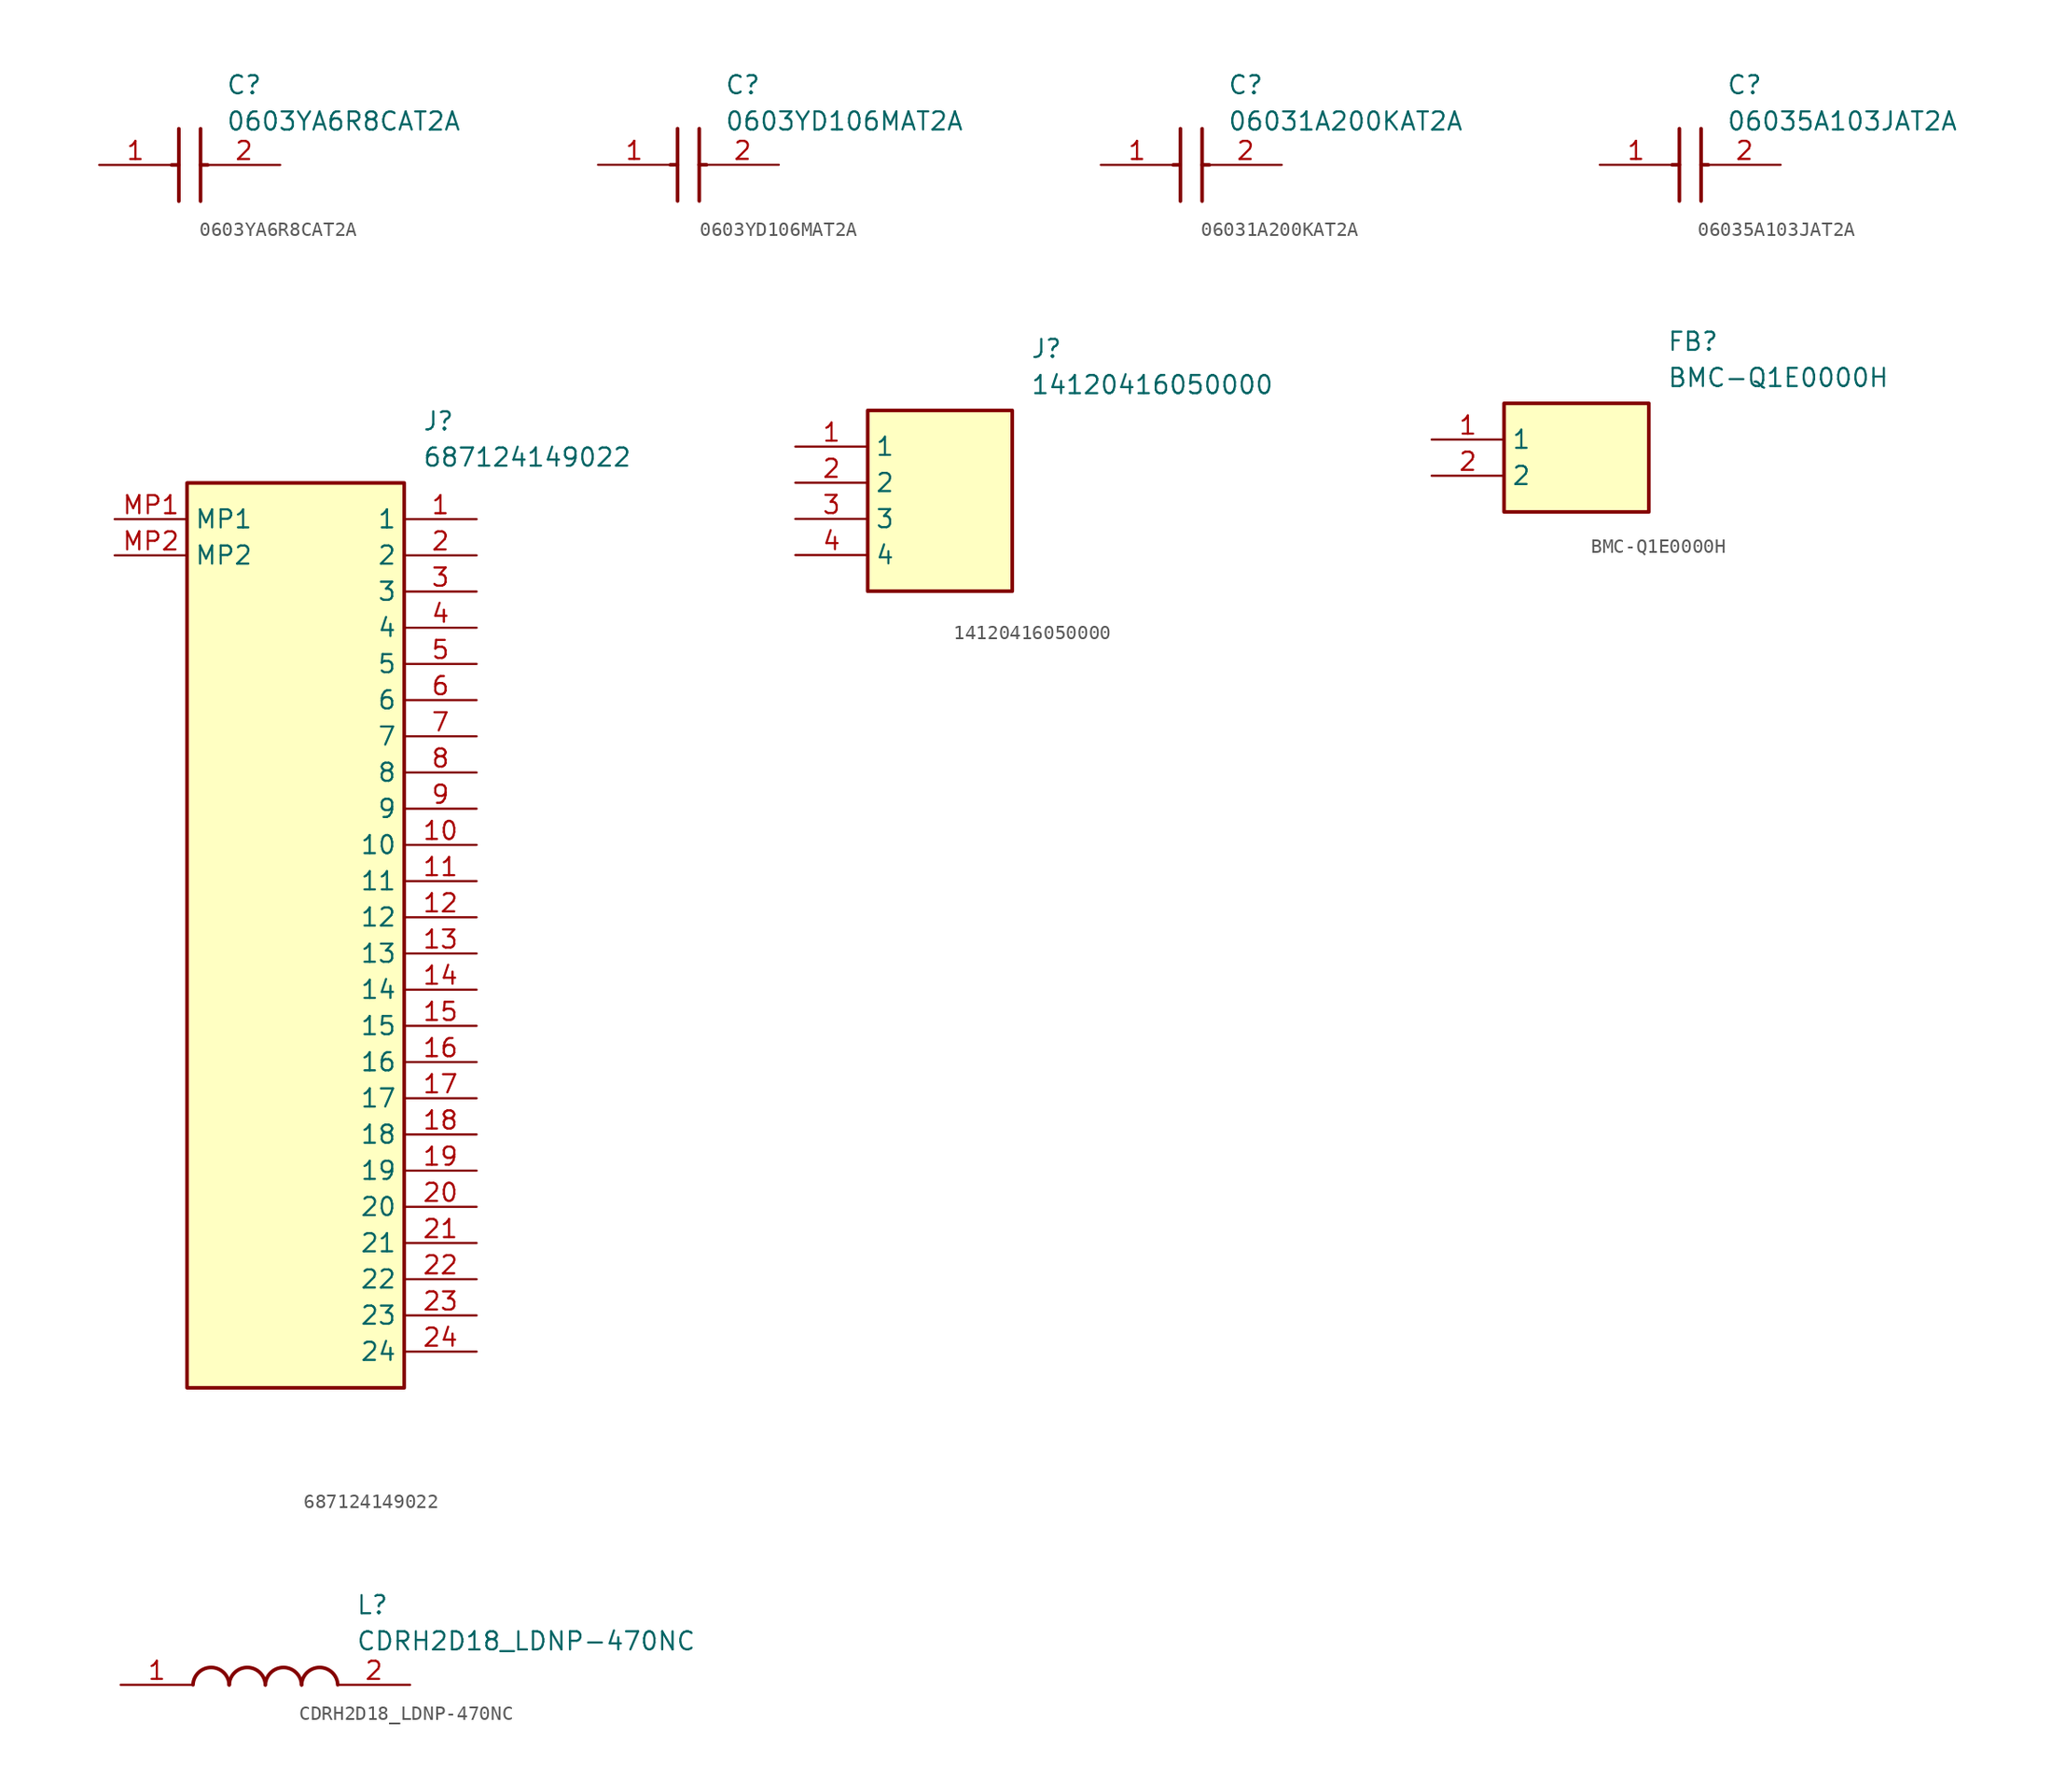
<source format=kicad_sym>
(kicad_symbol_lib
  (version 20220914)
  (generator SamacSys_ECAD_Model)
  (symbol "0603YA6R8CAT2A"
    (pin_names hide)
    (property "Reference" "C"
      (at 8.89 6.35 0)
      (effects (font (size 1.27 1.27)) (justify left top)))
    (property "Value" "0603YA6R8CAT2A"
      (at 8.89 3.81 0)
      (effects (font (size 1.27 1.27)) (justify left top)))
    (polyline
      (pts (xy 5.588 2.54) (xy 5.588 -2.54))
      (stroke (width 0.254) (type default))
      (fill (type none)))
    (polyline
      (pts (xy 7.112 2.54) (xy 7.112 -2.54))
      (stroke (width 0.254) (type default))
      (fill (type none)))
    (polyline
      (pts (xy 5.08 0) (xy 5.588 0))
      (stroke (width 0.254) (type default))
      (fill (type none)))
    (polyline
      (pts (xy 7.112 0) (xy 7.62 0))
      (stroke (width 0.254) (type default))
      (fill (type none)))
    (pin passive line
      (at 0 0 0)
      (length 5.08)
      (name "1" (effects (font (size 1.27 1.27))))
      (number "1" (effects (font (size 1.27 1.27)))))
    (pin passive line
      (at 12.7 0 180)
      (length 5.08)
      (name "2" (effects (font (size 1.27 1.27))))
      (number "2" (effects (font (size 1.27 1.27))))))
  (symbol "0603YD106MAT2A"
    (pin_names hide)
    (property "Reference" "C"
      (at 8.89 6.35 0)
      (effects (font (size 1.27 1.27)) (justify left top)))
    (property "Value" "0603YD106MAT2A"
      (at 8.89 3.81 0)
      (effects (font (size 1.27 1.27)) (justify left top)))
    (polyline
      (pts (xy 5.588 2.54) (xy 5.588 -2.54))
      (stroke (width 0.254) (type default))
      (fill (type none)))
    (polyline
      (pts (xy 7.112 2.54) (xy 7.112 -2.54))
      (stroke (width 0.254) (type default))
      (fill (type none)))
    (polyline
      (pts (xy 5.08 0) (xy 5.588 0))
      (stroke (width 0.254) (type default))
      (fill (type none)))
    (polyline
      (pts (xy 7.112 0) (xy 7.62 0))
      (stroke (width 0.254) (type default))
      (fill (type none)))
    (pin passive line
      (at 0 0 0)
      (length 5.08)
      (name "1" (effects (font (size 1.27 1.27))))
      (number "1" (effects (font (size 1.27 1.27)))))
    (pin passive line
      (at 12.7 0 180)
      (length 5.08)
      (name "2" (effects (font (size 1.27 1.27))))
      (number "2" (effects (font (size 1.27 1.27))))))
  (symbol "06031A200KAT2A"
    (pin_names hide)
    (property "Reference" "C"
      (at 8.89 6.35 0)
      (effects (font (size 1.27 1.27)) (justify left top)))
    (property "Value" "06031A200KAT2A"
      (at 8.89 3.81 0)
      (effects (font (size 1.27 1.27)) (justify left top)))
    (polyline
      (pts (xy 5.588 2.54) (xy 5.588 -2.54))
      (stroke (width 0.254) (type default))
      (fill (type none)))
    (polyline
      (pts (xy 7.112 2.54) (xy 7.112 -2.54))
      (stroke (width 0.254) (type default))
      (fill (type none)))
    (polyline
      (pts (xy 5.08 0) (xy 5.588 0))
      (stroke (width 0.254) (type default))
      (fill (type none)))
    (polyline
      (pts (xy 7.112 0) (xy 7.62 0))
      (stroke (width 0.254) (type default))
      (fill (type none)))
    (pin passive line
      (at 0 0 0)
      (length 5.08)
      (name "1" (effects (font (size 1.27 1.27))))
      (number "1" (effects (font (size 1.27 1.27)))))
    (pin passive line
      (at 12.7 0 180)
      (length 5.08)
      (name "2" (effects (font (size 1.27 1.27))))
      (number "2" (effects (font (size 1.27 1.27))))))
  (symbol "06035A103JAT2A"
    (pin_names hide)
    (property "Reference" "C"
      (at 8.89 6.35 0)
      (effects (font (size 1.27 1.27)) (justify left top)))
    (property "Value" "06035A103JAT2A"
      (at 8.89 3.81 0)
      (effects (font (size 1.27 1.27)) (justify left top)))
    (polyline
      (pts (xy 5.588 2.54) (xy 5.588 -2.54))
      (stroke (width 0.254) (type default))
      (fill (type none)))
    (polyline
      (pts (xy 7.112 2.54) (xy 7.112 -2.54))
      (stroke (width 0.254) (type default))
      (fill (type none)))
    (polyline
      (pts (xy 5.08 0) (xy 5.588 0))
      (stroke (width 0.254) (type default))
      (fill (type none)))
    (polyline
      (pts (xy 7.112 0) (xy 7.62 0))
      (stroke (width 0.254) (type default))
      (fill (type none)))
    (pin passive line
      (at 0 0 0)
      (length 5.08)
      (name "1" (effects (font (size 1.27 1.27))))
      (number "1" (effects (font (size 1.27 1.27)))))
    (pin passive line
      (at 12.7 0 180)
      (length 5.08)
      (name "2" (effects (font (size 1.27 1.27))))
      (number "2" (effects (font (size 1.27 1.27))))))
  (symbol "687124149022"
    (property "Reference" "J"
      (at 21.59 7.62 0)
      (effects (font (size 1.27 1.27)) (justify left top)))
    (property "Value" "687124149022"
      (at 21.59 5.08 0)
      (effects (font (size 1.27 1.27)) (justify left top)))
    (rectangle
      (start 5.08 2.54)
      (end 20.32 -60.96)
      (stroke (width 0.254) (type default))
      (fill (type background)))
    (pin passive line
      (at 25.4 0 180)
      (length 5.08)
      (name "1" (effects (font (size 1.27 1.27))))
      (number "1" (effects (font (size 1.27 1.27)))))
    (pin passive line
      (at 25.4 -2.54 180)
      (length 5.08)
      (name "2" (effects (font (size 1.27 1.27))))
      (number "2" (effects (font (size 1.27 1.27)))))
    (pin passive line
      (at 25.4 -5.08 180)
      (length 5.08)
      (name "3" (effects (font (size 1.27 1.27))))
      (number "3" (effects (font (size 1.27 1.27)))))
    (pin passive line
      (at 25.4 -7.62 180)
      (length 5.08)
      (name "4" (effects (font (size 1.27 1.27))))
      (number "4" (effects (font (size 1.27 1.27)))))
    (pin passive line
      (at 25.4 -10.16 180)
      (length 5.08)
      (name "5" (effects (font (size 1.27 1.27))))
      (number "5" (effects (font (size 1.27 1.27)))))
    (pin passive line
      (at 25.4 -12.7 180)
      (length 5.08)
      (name "6" (effects (font (size 1.27 1.27))))
      (number "6" (effects (font (size 1.27 1.27)))))
    (pin passive line
      (at 25.4 -15.24 180)
      (length 5.08)
      (name "7" (effects (font (size 1.27 1.27))))
      (number "7" (effects (font (size 1.27 1.27)))))
    (pin passive line
      (at 25.4 -17.78 180)
      (length 5.08)
      (name "8" (effects (font (size 1.27 1.27))))
      (number "8" (effects (font (size 1.27 1.27)))))
    (pin passive line
      (at 25.4 -20.32 180)
      (length 5.08)
      (name "9" (effects (font (size 1.27 1.27))))
      (number "9" (effects (font (size 1.27 1.27)))))
    (pin passive line
      (at 25.4 -22.86 180)
      (length 5.08)
      (name "10" (effects (font (size 1.27 1.27))))
      (number "10" (effects (font (size 1.27 1.27)))))
    (pin passive line
      (at 25.4 -25.4 180)
      (length 5.08)
      (name "11" (effects (font (size 1.27 1.27))))
      (number "11" (effects (font (size 1.27 1.27)))))
    (pin passive line
      (at 25.4 -27.94 180)
      (length 5.08)
      (name "12" (effects (font (size 1.27 1.27))))
      (number "12" (effects (font (size 1.27 1.27)))))
    (pin passive line
      (at 25.4 -30.48 180)
      (length 5.08)
      (name "13" (effects (font (size 1.27 1.27))))
      (number "13" (effects (font (size 1.27 1.27)))))
    (pin passive line
      (at 25.4 -33.02 180)
      (length 5.08)
      (name "14" (effects (font (size 1.27 1.27))))
      (number "14" (effects (font (size 1.27 1.27)))))
    (pin passive line
      (at 25.4 -35.56 180)
      (length 5.08)
      (name "15" (effects (font (size 1.27 1.27))))
      (number "15" (effects (font (size 1.27 1.27)))))
    (pin passive line
      (at 25.4 -38.1 180)
      (length 5.08)
      (name "16" (effects (font (size 1.27 1.27))))
      (number "16" (effects (font (size 1.27 1.27)))))
    (pin passive line
      (at 25.4 -40.64 180)
      (length 5.08)
      (name "17" (effects (font (size 1.27 1.27))))
      (number "17" (effects (font (size 1.27 1.27)))))
    (pin passive line
      (at 25.4 -43.18 180)
      (length 5.08)
      (name "18" (effects (font (size 1.27 1.27))))
      (number "18" (effects (font (size 1.27 1.27)))))
    (pin passive line
      (at 25.4 -45.72 180)
      (length 5.08)
      (name "19" (effects (font (size 1.27 1.27))))
      (number "19" (effects (font (size 1.27 1.27)))))
    (pin passive line
      (at 25.4 -48.26 180)
      (length 5.08)
      (name "20" (effects (font (size 1.27 1.27))))
      (number "20" (effects (font (size 1.27 1.27)))))
    (pin passive line
      (at 25.4 -50.8 180)
      (length 5.08)
      (name "21" (effects (font (size 1.27 1.27))))
      (number "21" (effects (font (size 1.27 1.27)))))
    (pin passive line
      (at 25.4 -53.34 180)
      (length 5.08)
      (name "22" (effects (font (size 1.27 1.27))))
      (number "22" (effects (font (size 1.27 1.27)))))
    (pin passive line
      (at 25.4 -55.88 180)
      (length 5.08)
      (name "23" (effects (font (size 1.27 1.27))))
      (number "23" (effects (font (size 1.27 1.27)))))
    (pin passive line
      (at 25.4 -58.42 180)
      (length 5.08)
      (name "24" (effects (font (size 1.27 1.27))))
      (number "24" (effects (font (size 1.27 1.27)))))
    (pin passive line
      (at 0 0 0)
      (length 5.08)
      (name "MP1" (effects (font (size 1.27 1.27))))
      (number "MP1" (effects (font (size 1.27 1.27)))))
    (pin passive line
      (at 0 -2.54 0)
      (length 5.08)
      (name "MP2" (effects (font (size 1.27 1.27))))
      (number "MP2" (effects (font (size 1.27 1.27))))))
  (symbol "14120416050000"
    (property "Reference" "J"
      (at 16.51 7.62 0)
      (effects (font (size 1.27 1.27)) (justify left top)))
    (property "Value" "14120416050000"
      (at 16.51 5.08 0)
      (effects (font (size 1.27 1.27)) (justify left top)))
    (rectangle
      (start 5.08 2.54)
      (end 15.24 -10.16)
      (stroke (width 0.254) (type default))
      (fill (type background)))
    (pin passive line
      (at 0 0 0)
      (length 5.08)
      (name "1" (effects (font (size 1.27 1.27))))
      (number "1" (effects (font (size 1.27 1.27)))))
    (pin passive line
      (at 0 -2.54 0)
      (length 5.08)
      (name "2" (effects (font (size 1.27 1.27))))
      (number "2" (effects (font (size 1.27 1.27)))))
    (pin passive line
      (at 0 -5.08 0)
      (length 5.08)
      (name "3" (effects (font (size 1.27 1.27))))
      (number "3" (effects (font (size 1.27 1.27)))))
    (pin passive line
      (at 0 -7.62 0)
      (length 5.08)
      (name "4" (effects (font (size 1.27 1.27))))
      (number "4" (effects (font (size 1.27 1.27))))))
  (symbol "BMC-Q1E0000H"
    (property "Reference" "FB"
      (at 16.51 7.62 0)
      (effects (font (size 1.27 1.27)) (justify left top)))
    (property "Value" "BMC-Q1E0000H"
      (at 16.51 5.08 0)
      (effects (font (size 1.27 1.27)) (justify left top)))
    (rectangle
      (start 5.08 2.54)
      (end 15.24 -5.08)
      (stroke (width 0.254) (type default))
      (fill (type background)))
    (pin passive line
      (at 0 0 0)
      (length 5.08)
      (name "1" (effects (font (size 1.27 1.27))))
      (number "1" (effects (font (size 1.27 1.27)))))
    (pin passive line
      (at 0 -2.54 0)
      (length 5.08)
      (name "2" (effects (font (size 1.27 1.27))))
      (number "2" (effects (font (size 1.27 1.27))))))
  (symbol "CDRH2D18_LDNP-470NC"
    (pin_names hide)
    (property "Reference" "L"
      (at 16.51 6.35 0)
      (effects (font (size 1.27 1.27)) (justify left top)))
    (property "Value" "CDRH2D18_LDNP-470NC"
      (at 16.51 3.81 0)
      (effects (font (size 1.27 1.27)) (justify left top)))
    (arc
      (start 7.62 0)
      (mid 6.35 1.219)
      (end 5.08 0)
      (stroke (width 0.254) (type default))
      (fill (type none)))
    (arc
      (start 10.16 0)
      (mid 8.89 1.219)
      (end 7.62 0)
      (stroke (width 0.254) (type default))
      (fill (type none)))
    (arc
      (start 12.7 0)
      (mid 11.43 1.219)
      (end 10.16 0)
      (stroke (width 0.254) (type default))
      (fill (type none)))
    (arc
      (start 15.24 0)
      (mid 13.97 1.219)
      (end 12.7 0)
      (stroke (width 0.254) (type default))
      (fill (type none)))
    (pin passive line
      (at 0 0 0)
      (length 5.08)
      (name "1" (effects (font (size 1.27 1.27))))
      (number "1" (effects (font (size 1.27 1.27)))))
    (pin passive line
      (at 20.32 0 180)
      (length 5.08)
      (name "2" (effects (font (size 1.27 1.27))))
      (number "2" (effects (font (size 1.27 1.27)))))))
</source>
